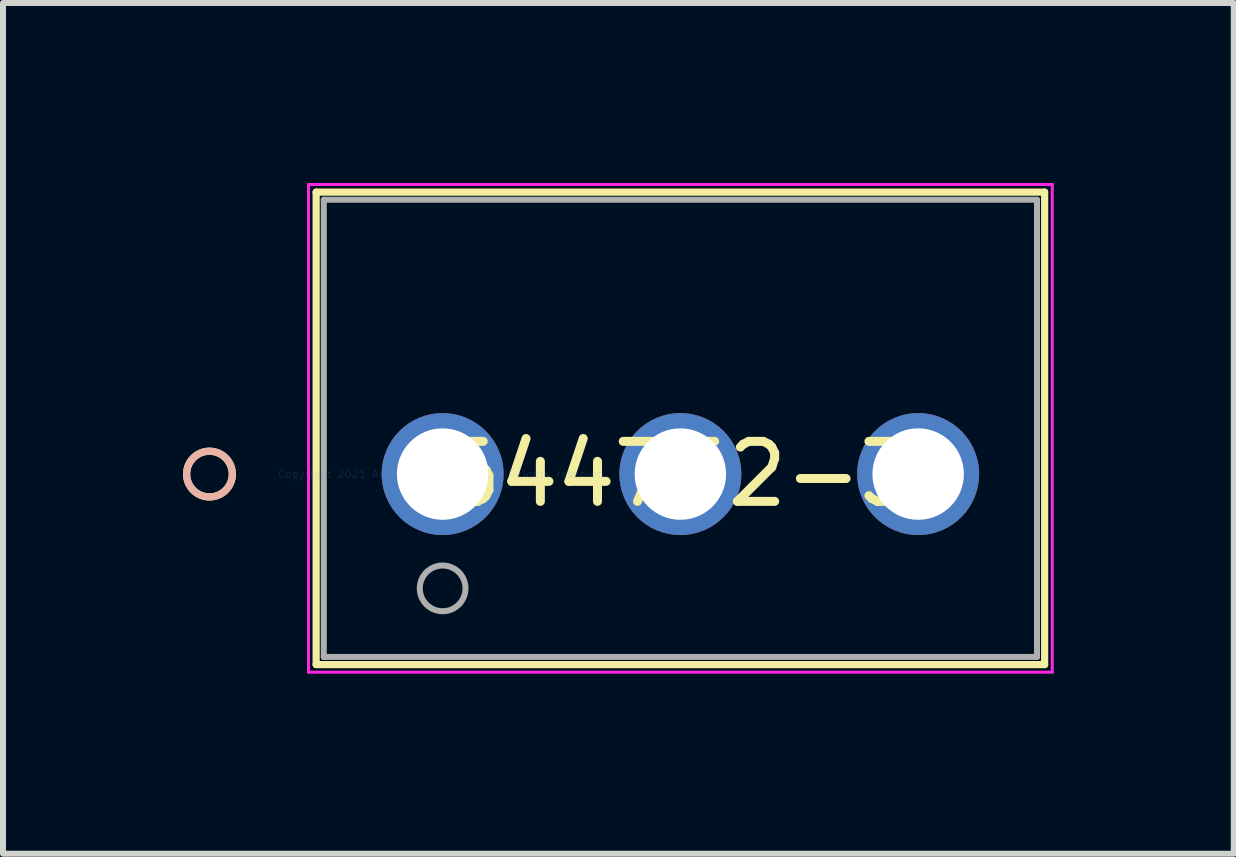
<source format=kicad_pcb>
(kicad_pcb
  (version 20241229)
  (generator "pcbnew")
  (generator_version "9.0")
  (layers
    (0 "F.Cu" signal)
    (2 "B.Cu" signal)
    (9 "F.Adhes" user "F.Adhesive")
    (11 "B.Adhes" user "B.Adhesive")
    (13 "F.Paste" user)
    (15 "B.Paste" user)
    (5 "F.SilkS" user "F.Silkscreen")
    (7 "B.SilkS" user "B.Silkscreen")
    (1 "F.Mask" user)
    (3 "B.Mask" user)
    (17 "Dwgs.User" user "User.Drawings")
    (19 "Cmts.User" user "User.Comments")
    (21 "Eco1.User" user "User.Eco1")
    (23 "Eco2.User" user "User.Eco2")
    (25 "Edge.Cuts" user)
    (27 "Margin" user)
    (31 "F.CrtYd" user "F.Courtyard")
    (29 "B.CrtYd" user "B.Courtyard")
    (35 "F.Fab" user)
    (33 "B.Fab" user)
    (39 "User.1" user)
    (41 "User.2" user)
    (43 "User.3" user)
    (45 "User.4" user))
  (footprint "644752-3"
    (layer "F.Cu")
    (at 4.327 4.851)
    (property "Reference" "644752-3" (at 3.962 0 0) (layer "F.SilkS") (effects (font (size 1 1) (thickness 0.15))))
    (attr through_hole)
    (fp_line (start -2.108 -4.699) (end -2.108 3.175) (stroke (width 0.12) (type solid)) (layer "F.SilkS"))
    (fp_line (start -2.108 3.175) (end 10.033 3.175) (stroke (width 0.12) (type solid)) (layer "F.SilkS"))
    (fp_line (start 10.033 -4.699) (end -2.108 -4.699) (stroke (width 0.12) (type solid)) (layer "F.SilkS"))
    (fp_line (start 10.033 3.175) (end 10.033 -4.699) (stroke (width 0.12) (type solid)) (layer "F.SilkS"))
    (fp_circle (center -3.886 0) (end -3.505 0) (stroke (width 0.12) (type solid)) (fill no) (layer "F.SilkS"))
    (fp_circle (center -3.886 0) (end -3.505 0) (stroke (width 0.12) (type solid)) (fill no) (layer "B.SilkS"))
    (fp_line (start -2.235 -4.826) (end -2.235 3.302) (stroke (width 0.05) (type solid)) (layer "F.CrtYd"))
    (fp_line (start -2.235 3.302) (end 10.16 3.302) (stroke (width 0.05) (type solid)) (layer "F.CrtYd"))
    (fp_line (start 10.16 -4.826) (end -2.235 -4.826) (stroke (width 0.05) (type solid)) (layer "F.CrtYd"))
    (fp_line (start 10.16 3.302) (end 10.16 -4.826) (stroke (width 0.05) (type solid)) (layer "F.CrtYd"))
    (fp_line (start -1.981 -4.572) (end -1.981 3.048) (stroke (width 0.1) (type solid)) (layer "F.Fab"))
    (fp_line (start -1.981 3.048) (end 9.906 3.048) (stroke (width 0.1) (type solid)) (layer "F.Fab"))
    (fp_line (start 9.906 -4.572) (end -1.981 -4.572) (stroke (width 0.1) (type solid)) (layer "F.Fab"))
    (fp_line (start 9.906 3.048) (end 9.906 -4.572) (stroke (width 0.1) (type solid)) (layer "F.Fab"))
    (fp_circle (center 0 1.905) (end 0.381 1.905) (stroke (width 0.1) (type solid)) (fill no) (layer "F.Fab"))
    (fp_text user "*" (at 0 0 0) (layer "F.SilkS") (effects (font (size 1 1) (thickness 0.15))))
    (fp_text user "Copyright 2021 Accelerated Designs. All rights reserved." (at 0 0 0) (layer "Cmts.User") (effects (font (size 0.127 0.127) (thickness 0.002))))
    (fp_text user "*" (at 0 0 0) (layer "F.Fab") (effects (font (size 1 1) (thickness 0.15))))
    (pad "1" thru_hole circle (at 0 0) (size 2.032 2.032) (drill 1.524) (layers "*.Cu" "*.Mask"))
    (pad "2" thru_hole circle (at 3.962 0) (size 2.032 2.032) (drill 1.524) (layers "*.Cu" "*.Mask"))
    (pad "3" thru_hole circle (at 7.925 0) (size 2.032 2.032) (drill 1.524) (layers "*.Cu" "*.Mask")))
  (gr_rect
    (start -3 -3)
    (end 17.512 11.178)
    (stroke (width 0.1) (type default))
    (fill no)
    (layer "Edge.Cuts")))
</source>
